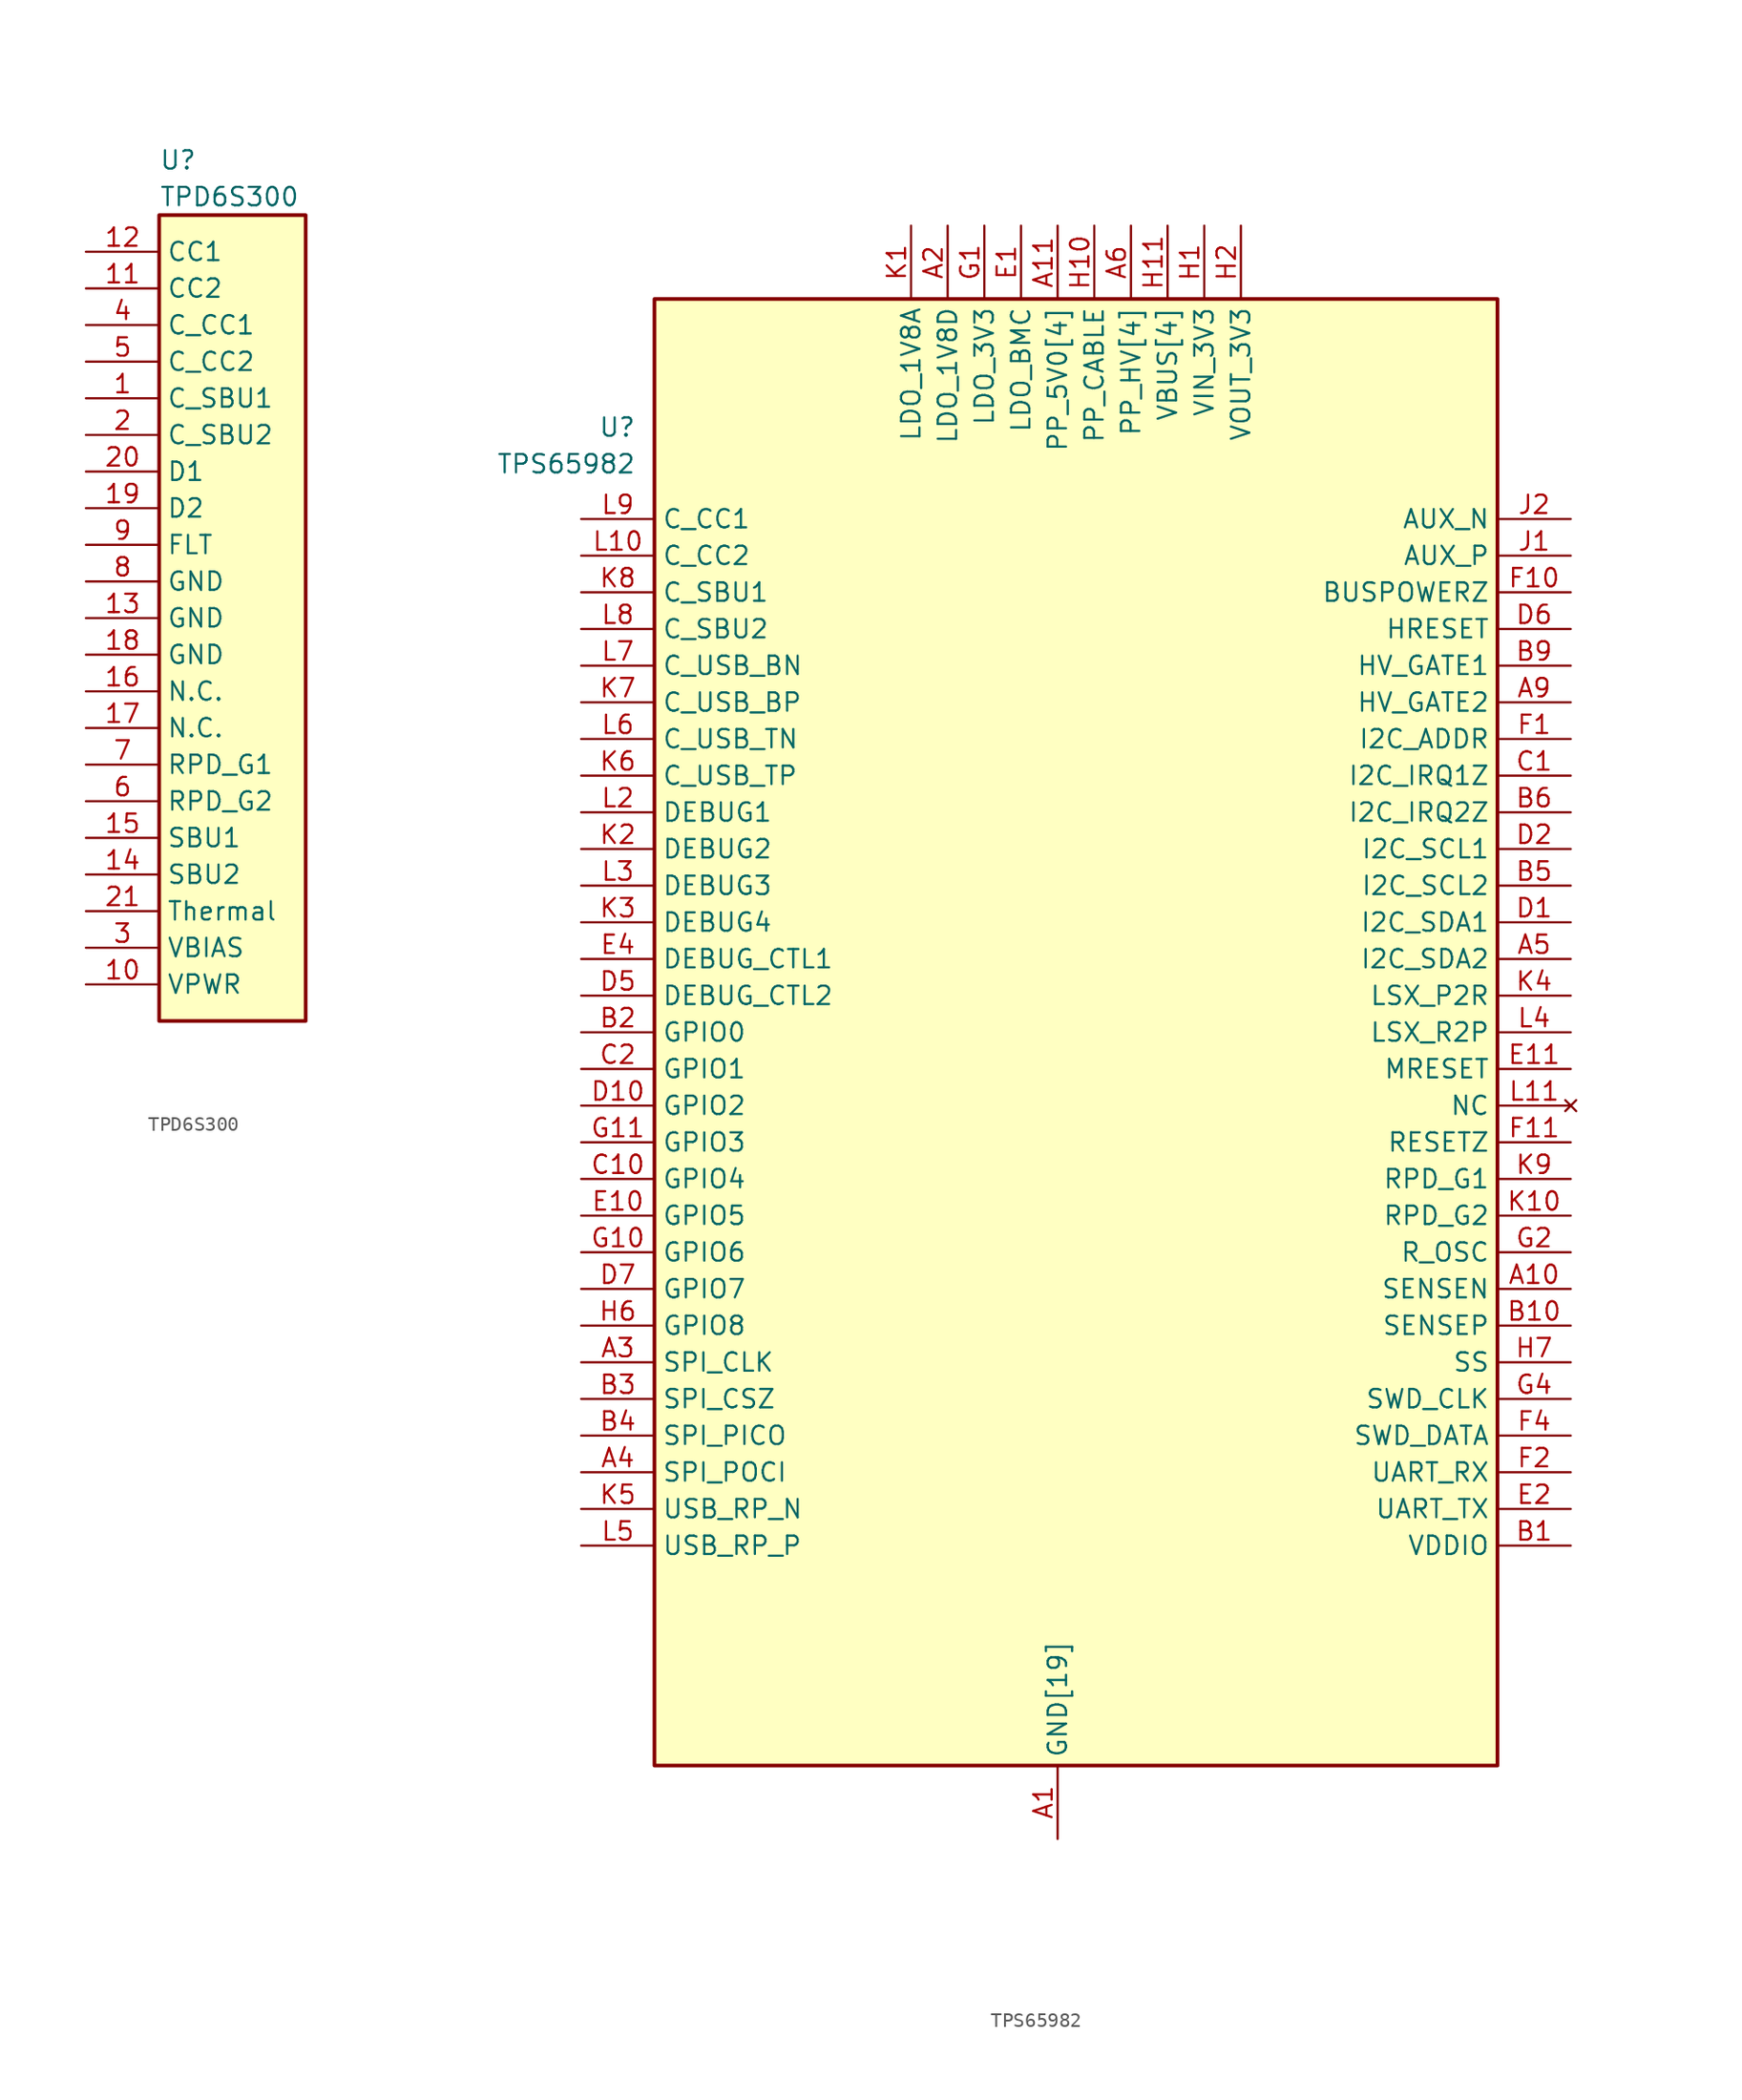
<source format=kicad_sym>
(kicad_symbol_lib
  (version 20211014)
  (generator kicad_symbol_editor)
  (symbol "﻿TPD6S300"
    (property "Reference" "U"
      (at 5.08 6.35 0)
      (effects (font (size 1.27 1.27)) (justify left)))
    (property "Value" "﻿TPD6S300"
      (at 5.08 3.81 0)
      (effects (font (size 1.27 1.27)) (justify left)))
    (property "ki_locked" ""
      (at 0 0 0)
      (effects (font (size 1.27 1.27))))
    (symbol "﻿TPD6S300_1_1"
      (rectangle (start 5.08 2.54) (end 15.24 -53.34) (stroke (width 0.254) (type default) (color 0 0 0 0)) (fill (type background)))
      (pin bidirectional line (at 0 -10.16 0) (length 5.08) (name "C_SBU1" (effects (font (size 1.27 1.27)))) (number "1" (effects (font (size 1.27 1.27)))))
      (pin bidirectional line (at 0 -50.8 0) (length 5.08) (name "VPWR" (effects (font (size 1.27 1.27)))) (number "10" (effects (font (size 1.27 1.27)))))
      (pin bidirectional line (at 0 -2.54 0) (length 5.08) (name "CC2" (effects (font (size 1.27 1.27)))) (number "11" (effects (font (size 1.27 1.27)))))
      (pin bidirectional line (at 0 0 0) (length 5.08) (name "CC1" (effects (font (size 1.27 1.27)))) (number "12" (effects (font (size 1.27 1.27)))))
      (pin bidirectional line (at 0 -25.4 0) (length 5.08) (name "GND" (effects (font (size 1.27 1.27)))) (number "13" (effects (font (size 1.27 1.27)))))
      (pin bidirectional line (at 0 -43.18 0) (length 5.08) (name "SBU2" (effects (font (size 1.27 1.27)))) (number "14" (effects (font (size 1.27 1.27)))))
      (pin bidirectional line (at 0 -40.64 0) (length 5.08) (name "SBU1" (effects (font (size 1.27 1.27)))) (number "15" (effects (font (size 1.27 1.27)))))
      (pin bidirectional line (at 0 -30.48 0) (length 5.08) (name "N.C." (effects (font (size 1.27 1.27)))) (number "16" (effects (font (size 1.27 1.27)))))
      (pin bidirectional line (at 0 -33.02 0) (length 5.08) (name "N.C." (effects (font (size 1.27 1.27)))) (number "17" (effects (font (size 1.27 1.27)))))
      (pin bidirectional line (at 0 -27.94 0) (length 5.08) (name "GND" (effects (font (size 1.27 1.27)))) (number "18" (effects (font (size 1.27 1.27)))))
      (pin bidirectional line (at 0 -17.78 0) (length 5.08) (name "D2" (effects (font (size 1.27 1.27)))) (number "19" (effects (font (size 1.27 1.27)))))
      (pin bidirectional line (at 0 -12.7 0) (length 5.08) (name "C_SBU2" (effects (font (size 1.27 1.27)))) (number "2" (effects (font (size 1.27 1.27)))))
      (pin bidirectional line (at 0 -15.24 0) (length 5.08) (name "D1" (effects (font (size 1.27 1.27)))) (number "20" (effects (font (size 1.27 1.27)))))
      (pin bidirectional line (at 0 -45.72 0) (length 5.08) (name "Thermal" (effects (font (size 1.27 1.27)))) (number "21" (effects (font (size 1.27 1.27)))))
      (pin bidirectional line (at 0 -48.26 0) (length 5.08) (name "VBIAS" (effects (font (size 1.27 1.27)))) (number "3" (effects (font (size 1.27 1.27)))))
      (pin bidirectional line (at 0 -5.08 0) (length 5.08) (name "C_CC1" (effects (font (size 1.27 1.27)))) (number "4" (effects (font (size 1.27 1.27)))))
      (pin bidirectional line (at 0 -7.62 0) (length 5.08) (name "C_CC2" (effects (font (size 1.27 1.27)))) (number "5" (effects (font (size 1.27 1.27)))))
      (pin bidirectional line (at 0 -38.1 0) (length 5.08) (name "RPD_G2" (effects (font (size 1.27 1.27)))) (number "6" (effects (font (size 1.27 1.27)))))
      (pin bidirectional line (at 0 -35.56 0) (length 5.08) (name "RPD_G1" (effects (font (size 1.27 1.27)))) (number "7" (effects (font (size 1.27 1.27)))))
      (pin bidirectional line (at 0 -22.86 0) (length 5.08) (name "GND" (effects (font (size 1.27 1.27)))) (number "8" (effects (font (size 1.27 1.27)))))
      (pin bidirectional line (at 0 -20.32 0) (length 5.08) (name "FLT" (effects (font (size 1.27 1.27)))) (number "9" (effects (font (size 1.27 1.27)))))))
  (symbol "﻿TPS65982"
    (property "Reference" "U"
      (at 3.81 6.35 0)
      (effects (font (size 1.27 1.27)) (justify right)))
    (property "Value" "﻿TPS65982"
      (at 3.81 3.81 0)
      (effects (font (size 1.27 1.27)) (justify right)))
    (property "ki_locked" ""
      (at 0 0 0)
      (effects (font (size 1.27 1.27))))
    (symbol "﻿TPS65982_1_1"
      (rectangle (start 5.08 15.24) (end 63.5 -86.36) (stroke (width 0.254) (type default) (color 0 0 0 0)) (fill (type background)))
      (pin power_in line (at 33.02 -91.44 90) (length 5.08) (name "GND[19]" (effects (font (size 1.27 1.27)))) (number "A1" (effects (font (size 1.27 1.27)))))
      (pin bidirectional line (at 68.58 -53.34 180) (length 5.08) (name "SENSEN" (effects (font (size 1.27 1.27)))) (number "A10" (effects (font (size 1.27 1.27)))))
      (pin power_in line (at 33.02 20.32 270) (length 5.08) (name "PP_5V0[4]" (effects (font (size 1.27 1.27)))) (number "A11" (effects (font (size 1.27 1.27)))))
      (pin power_in line (at 25.4 20.32 270) (length 5.08) (name "LDO_1V8D" (effects (font (size 1.27 1.27)))) (number "A2" (effects (font (size 1.27 1.27)))))
      (pin bidirectional line (at 0 -58.42 0) (length 5.08) (name "SPI_CLK" (effects (font (size 1.27 1.27)))) (number "A3" (effects (font (size 1.27 1.27)))))
      (pin bidirectional line (at 0 -66.04 0) (length 5.08) (name "SPI_POCI" (effects (font (size 1.27 1.27)))) (number "A4" (effects (font (size 1.27 1.27)))))
      (pin bidirectional line (at 68.58 -30.48 180) (length 5.08) (name "I2C_SDA2" (effects (font (size 1.27 1.27)))) (number "A5" (effects (font (size 1.27 1.27)))))
      (pin power_in line (at 38.1 20.32 270) (length 5.08) (name "PP_HV[4]" (effects (font (size 1.27 1.27)))) (number "A6" (effects (font (size 1.27 1.27)))))
      (pin passive line (at 38.1 20.32 270) (length 5.08) hide (name "PP_HV[4]" (effects (font (size 1.27 1.27)))) (number "A7" (effects (font (size 1.27 1.27)))))
      (pin passive line (at 38.1 20.32 270) (length 5.08) hide (name "PP_HV[4]" (effects (font (size 1.27 1.27)))) (number "A8" (effects (font (size 1.27 1.27)))))
      (pin bidirectional line (at 68.58 -12.7 180) (length 5.08) (name "HV_GATE2" (effects (font (size 1.27 1.27)))) (number "A9" (effects (font (size 1.27 1.27)))))
      (pin power_in line (at 68.58 -71.12 180) (length 5.08) (name "VDDIO" (effects (font (size 1.27 1.27)))) (number "B1" (effects (font (size 1.27 1.27)))))
      (pin bidirectional line (at 68.58 -55.88 180) (length 5.08) (name "SENSEP" (effects (font (size 1.27 1.27)))) (number "B10" (effects (font (size 1.27 1.27)))))
      (pin passive line (at 33.02 20.32 270) (length 5.08) hide (name "PP_5V0[4]" (effects (font (size 1.27 1.27)))) (number "B11" (effects (font (size 1.27 1.27)))))
      (pin bidirectional line (at 0 -35.56 0) (length 5.08) (name "GPIO0" (effects (font (size 1.27 1.27)))) (number "B2" (effects (font (size 1.27 1.27)))))
      (pin bidirectional line (at 0 -60.96 0) (length 5.08) (name "SPI_CSZ" (effects (font (size 1.27 1.27)))) (number "B3" (effects (font (size 1.27 1.27)))))
      (pin bidirectional line (at 0 -63.5 0) (length 5.08) (name "SPI_PICO" (effects (font (size 1.27 1.27)))) (number "B4" (effects (font (size 1.27 1.27)))))
      (pin bidirectional line (at 68.58 -25.4 180) (length 5.08) (name "I2C_SCL2" (effects (font (size 1.27 1.27)))) (number "B5" (effects (font (size 1.27 1.27)))))
      (pin bidirectional line (at 68.58 -20.32 180) (length 5.08) (name "I2C_IRQ2Z" (effects (font (size 1.27 1.27)))) (number "B6" (effects (font (size 1.27 1.27)))))
      (pin passive line (at 38.1 20.32 270) (length 5.08) hide (name "PP_HV[4]" (effects (font (size 1.27 1.27)))) (number "B7" (effects (font (size 1.27 1.27)))))
      (pin passive line (at 33.02 -91.44 90) (length 5.08) hide (name "GND[19]" (effects (font (size 1.27 1.27)))) (number "B8" (effects (font (size 1.27 1.27)))))
      (pin bidirectional line (at 68.58 -10.16 180) (length 5.08) (name "HV_GATE1" (effects (font (size 1.27 1.27)))) (number "B9" (effects (font (size 1.27 1.27)))))
      (pin bidirectional line (at 68.58 -17.78 180) (length 5.08) (name "I2C_IRQ1Z" (effects (font (size 1.27 1.27)))) (number "C1" (effects (font (size 1.27 1.27)))))
      (pin bidirectional line (at 0 -45.72 0) (length 5.08) (name "GPIO4" (effects (font (size 1.27 1.27)))) (number "C10" (effects (font (size 1.27 1.27)))))
      (pin passive line (at 33.02 20.32 270) (length 5.08) hide (name "PP_5V0[4]" (effects (font (size 1.27 1.27)))) (number "C11" (effects (font (size 1.27 1.27)))))
      (pin bidirectional line (at 0 -38.1 0) (length 5.08) (name "GPIO1" (effects (font (size 1.27 1.27)))) (number "C2" (effects (font (size 1.27 1.27)))))
      (pin bidirectional line (at 68.58 -27.94 180) (length 5.08) (name "I2C_SDA1" (effects (font (size 1.27 1.27)))) (number "D1" (effects (font (size 1.27 1.27)))))
      (pin bidirectional line (at 0 -40.64 0) (length 5.08) (name "GPIO2" (effects (font (size 1.27 1.27)))) (number "D10" (effects (font (size 1.27 1.27)))))
      (pin passive line (at 33.02 20.32 270) (length 5.08) hide (name "PP_5V0[4]" (effects (font (size 1.27 1.27)))) (number "D11" (effects (font (size 1.27 1.27)))))
      (pin bidirectional line (at 68.58 -22.86 180) (length 5.08) (name "I2C_SCL1" (effects (font (size 1.27 1.27)))) (number "D2" (effects (font (size 1.27 1.27)))))
      (pin bidirectional line (at 0 -33.02 0) (length 5.08) (name "DEBUG_CTL2" (effects (font (size 1.27 1.27)))) (number "D5" (effects (font (size 1.27 1.27)))))
      (pin bidirectional line (at 68.58 -7.62 180) (length 5.08) (name "HRESET" (effects (font (size 1.27 1.27)))) (number "D6" (effects (font (size 1.27 1.27)))))
      (pin bidirectional line (at 0 -53.34 0) (length 5.08) (name "GPIO7" (effects (font (size 1.27 1.27)))) (number "D7" (effects (font (size 1.27 1.27)))))
      (pin passive line (at 33.02 -91.44 90) (length 5.08) hide (name "GND[19]" (effects (font (size 1.27 1.27)))) (number "D8" (effects (font (size 1.27 1.27)))))
      (pin power_in line (at 30.48 20.32 270) (length 5.08) (name "LDO_BMC" (effects (font (size 1.27 1.27)))) (number "E1" (effects (font (size 1.27 1.27)))))
      (pin bidirectional line (at 0 -48.26 0) (length 5.08) (name "GPIO5" (effects (font (size 1.27 1.27)))) (number "E10" (effects (font (size 1.27 1.27)))))
      (pin bidirectional line (at 68.58 -38.1 180) (length 5.08) (name "MRESET" (effects (font (size 1.27 1.27)))) (number "E11" (effects (font (size 1.27 1.27)))))
      (pin bidirectional line (at 68.58 -68.58 180) (length 5.08) (name "UART_TX" (effects (font (size 1.27 1.27)))) (number "E2" (effects (font (size 1.27 1.27)))))
      (pin bidirectional line (at 0 -30.48 0) (length 5.08) (name "DEBUG_CTL1" (effects (font (size 1.27 1.27)))) (number "E4" (effects (font (size 1.27 1.27)))))
      (pin passive line (at 33.02 -91.44 90) (length 5.08) hide (name "GND[19]" (effects (font (size 1.27 1.27)))) (number "E5" (effects (font (size 1.27 1.27)))))
      (pin passive line (at 33.02 -91.44 90) (length 5.08) hide (name "GND[19]" (effects (font (size 1.27 1.27)))) (number "E6" (effects (font (size 1.27 1.27)))))
      (pin passive line (at 33.02 -91.44 90) (length 5.08) hide (name "GND[19]" (effects (font (size 1.27 1.27)))) (number "E7" (effects (font (size 1.27 1.27)))))
      (pin passive line (at 33.02 -91.44 90) (length 5.08) hide (name "GND[19]" (effects (font (size 1.27 1.27)))) (number "E8" (effects (font (size 1.27 1.27)))))
      (pin bidirectional line (at 68.58 -15.24 180) (length 5.08) (name "I2C_ADDR" (effects (font (size 1.27 1.27)))) (number "F1" (effects (font (size 1.27 1.27)))))
      (pin bidirectional line (at 68.58 -5.08 180) (length 5.08) (name "BUSPOWERZ" (effects (font (size 1.27 1.27)))) (number "F10" (effects (font (size 1.27 1.27)))))
      (pin bidirectional line (at 68.58 -43.18 180) (length 5.08) (name "RESETZ" (effects (font (size 1.27 1.27)))) (number "F11" (effects (font (size 1.27 1.27)))))
      (pin bidirectional line (at 68.58 -66.04 180) (length 5.08) (name "UART_RX" (effects (font (size 1.27 1.27)))) (number "F2" (effects (font (size 1.27 1.27)))))
      (pin bidirectional line (at 68.58 -63.5 180) (length 5.08) (name "SWD_DATA" (effects (font (size 1.27 1.27)))) (number "F4" (effects (font (size 1.27 1.27)))))
      (pin passive line (at 33.02 -91.44 90) (length 5.08) hide (name "GND[19]" (effects (font (size 1.27 1.27)))) (number "F5" (effects (font (size 1.27 1.27)))))
      (pin passive line (at 33.02 -91.44 90) (length 5.08) hide (name "GND[19]" (effects (font (size 1.27 1.27)))) (number "F6" (effects (font (size 1.27 1.27)))))
      (pin passive line (at 33.02 -91.44 90) (length 5.08) hide (name "GND[19]" (effects (font (size 1.27 1.27)))) (number "F7" (effects (font (size 1.27 1.27)))))
      (pin passive line (at 33.02 -91.44 90) (length 5.08) hide (name "GND[19]" (effects (font (size 1.27 1.27)))) (number "F8" (effects (font (size 1.27 1.27)))))
      (pin power_in line (at 27.94 20.32 270) (length 5.08) (name "LDO_3V3" (effects (font (size 1.27 1.27)))) (number "G1" (effects (font (size 1.27 1.27)))))
      (pin bidirectional line (at 0 -50.8 0) (length 5.08) (name "GPIO6" (effects (font (size 1.27 1.27)))) (number "G10" (effects (font (size 1.27 1.27)))))
      (pin bidirectional line (at 0 -43.18 0) (length 5.08) (name "GPIO3" (effects (font (size 1.27 1.27)))) (number "G11" (effects (font (size 1.27 1.27)))))
      (pin bidirectional line (at 68.58 -50.8 180) (length 5.08) (name "R_OSC" (effects (font (size 1.27 1.27)))) (number "G2" (effects (font (size 1.27 1.27)))))
      (pin bidirectional line (at 68.58 -60.96 180) (length 5.08) (name "SWD_CLK" (effects (font (size 1.27 1.27)))) (number "G4" (effects (font (size 1.27 1.27)))))
      (pin passive line (at 33.02 -91.44 90) (length 5.08) hide (name "GND[19]" (effects (font (size 1.27 1.27)))) (number "G5" (effects (font (size 1.27 1.27)))))
      (pin passive line (at 33.02 -91.44 90) (length 5.08) hide (name "GND[19]" (effects (font (size 1.27 1.27)))) (number "G6" (effects (font (size 1.27 1.27)))))
      (pin passive line (at 33.02 -91.44 90) (length 5.08) hide (name "GND[19]" (effects (font (size 1.27 1.27)))) (number "G7" (effects (font (size 1.27 1.27)))))
      (pin passive line (at 33.02 -91.44 90) (length 5.08) hide (name "GND[19]" (effects (font (size 1.27 1.27)))) (number "G8" (effects (font (size 1.27 1.27)))))
      (pin power_in line (at 43.18 20.32 270) (length 5.08) (name "VIN_3V3" (effects (font (size 1.27 1.27)))) (number "H1" (effects (font (size 1.27 1.27)))))
      (pin power_in line (at 35.56 20.32 270) (length 5.08) (name "PP_CABLE" (effects (font (size 1.27 1.27)))) (number "H10" (effects (font (size 1.27 1.27)))))
      (pin power_in line (at 40.64 20.32 270) (length 5.08) (name "VBUS[4]" (effects (font (size 1.27 1.27)))) (number "H11" (effects (font (size 1.27 1.27)))))
      (pin power_in line (at 45.72 20.32 270) (length 5.08) (name "VOUT_3V3" (effects (font (size 1.27 1.27)))) (number "H2" (effects (font (size 1.27 1.27)))))
      (pin passive line (at 33.02 -91.44 90) (length 5.08) hide (name "GND[19]" (effects (font (size 1.27 1.27)))) (number "H4" (effects (font (size 1.27 1.27)))))
      (pin passive line (at 33.02 -91.44 90) (length 5.08) hide (name "GND[19]" (effects (font (size 1.27 1.27)))) (number "H5" (effects (font (size 1.27 1.27)))))
      (pin bidirectional line (at 0 -55.88 0) (length 5.08) (name "GPIO8" (effects (font (size 1.27 1.27)))) (number "H6" (effects (font (size 1.27 1.27)))))
      (pin bidirectional line (at 68.58 -58.42 180) (length 5.08) (name "SS" (effects (font (size 1.27 1.27)))) (number "H7" (effects (font (size 1.27 1.27)))))
      (pin passive line (at 33.02 -91.44 90) (length 5.08) hide (name "GND[19]" (effects (font (size 1.27 1.27)))) (number "H8" (effects (font (size 1.27 1.27)))))
      (pin bidirectional line (at 68.58 -2.54 180) (length 5.08) (name "AUX_P" (effects (font (size 1.27 1.27)))) (number "J1" (effects (font (size 1.27 1.27)))))
      (pin passive line (at 40.64 20.32 270) (length 5.08) hide (name "VBUS[4]" (effects (font (size 1.27 1.27)))) (number "J10" (effects (font (size 1.27 1.27)))))
      (pin passive line (at 40.64 20.32 270) (length 5.08) hide (name "VBUS[4]" (effects (font (size 1.27 1.27)))) (number "J11" (effects (font (size 1.27 1.27)))))
      (pin bidirectional line (at 68.58 0 180) (length 5.08) (name "AUX_N" (effects (font (size 1.27 1.27)))) (number "J2" (effects (font (size 1.27 1.27)))))
      (pin power_in line (at 22.86 20.32 270) (length 5.08) (name "LDO_1V8A" (effects (font (size 1.27 1.27)))) (number "K1" (effects (font (size 1.27 1.27)))))
      (pin bidirectional line (at 68.58 -48.26 180) (length 5.08) (name "RPD_G2" (effects (font (size 1.27 1.27)))) (number "K10" (effects (font (size 1.27 1.27)))))
      (pin passive line (at 40.64 20.32 270) (length 5.08) hide (name "VBUS[4]" (effects (font (size 1.27 1.27)))) (number "K11" (effects (font (size 1.27 1.27)))))
      (pin bidirectional line (at 0 -22.86 0) (length 5.08) (name "DEBUG2" (effects (font (size 1.27 1.27)))) (number "K2" (effects (font (size 1.27 1.27)))))
      (pin bidirectional line (at 0 -27.94 0) (length 5.08) (name "DEBUG4" (effects (font (size 1.27 1.27)))) (number "K3" (effects (font (size 1.27 1.27)))))
      (pin bidirectional line (at 68.58 -33.02 180) (length 5.08) (name "LSX_P2R" (effects (font (size 1.27 1.27)))) (number "K4" (effects (font (size 1.27 1.27)))))
      (pin bidirectional line (at 0 -68.58 0) (length 5.08) (name "USB_RP_N" (effects (font (size 1.27 1.27)))) (number "K5" (effects (font (size 1.27 1.27)))))
      (pin bidirectional line (at 0 -17.78 0) (length 5.08) (name "C_USB_TP" (effects (font (size 1.27 1.27)))) (number "K6" (effects (font (size 1.27 1.27)))))
      (pin bidirectional line (at 0 -12.7 0) (length 5.08) (name "C_USB_BP" (effects (font (size 1.27 1.27)))) (number "K7" (effects (font (size 1.27 1.27)))))
      (pin bidirectional line (at 0 -5.08 0) (length 5.08) (name "C_SBU1" (effects (font (size 1.27 1.27)))) (number "K8" (effects (font (size 1.27 1.27)))))
      (pin bidirectional line (at 68.58 -45.72 180) (length 5.08) (name "RPD_G1" (effects (font (size 1.27 1.27)))) (number "K9" (effects (font (size 1.27 1.27)))))
      (pin passive line (at 33.02 -91.44 90) (length 5.08) hide (name "GND[19]" (effects (font (size 1.27 1.27)))) (number "L1" (effects (font (size 1.27 1.27)))))
      (pin bidirectional line (at 0 -2.54 0) (length 5.08) (name "C_CC2" (effects (font (size 1.27 1.27)))) (number "L10" (effects (font (size 1.27 1.27)))))
      (pin no_connect line (at 68.58 -40.64 180) (length 5.08) (name "NC" (effects (font (size 1.27 1.27)))) (number "L11" (effects (font (size 1.27 1.27)))))
      (pin bidirectional line (at 0 -20.32 0) (length 5.08) (name "DEBUG1" (effects (font (size 1.27 1.27)))) (number "L2" (effects (font (size 1.27 1.27)))))
      (pin bidirectional line (at 0 -25.4 0) (length 5.08) (name "DEBUG3" (effects (font (size 1.27 1.27)))) (number "L3" (effects (font (size 1.27 1.27)))))
      (pin bidirectional line (at 68.58 -35.56 180) (length 5.08) (name "LSX_R2P" (effects (font (size 1.27 1.27)))) (number "L4" (effects (font (size 1.27 1.27)))))
      (pin bidirectional line (at 0 -71.12 0) (length 5.08) (name "USB_RP_P" (effects (font (size 1.27 1.27)))) (number "L5" (effects (font (size 1.27 1.27)))))
      (pin bidirectional line (at 0 -15.24 0) (length 5.08) (name "C_USB_TN" (effects (font (size 1.27 1.27)))) (number "L6" (effects (font (size 1.27 1.27)))))
      (pin bidirectional line (at 0 -10.16 0) (length 5.08) (name "C_USB_BN" (effects (font (size 1.27 1.27)))) (number "L7" (effects (font (size 1.27 1.27)))))
      (pin bidirectional line (at 0 -7.62 0) (length 5.08) (name "C_SBU2" (effects (font (size 1.27 1.27)))) (number "L8" (effects (font (size 1.27 1.27)))))
      (pin bidirectional line (at 0 0 0) (length 5.08) (name "C_CC1" (effects (font (size 1.27 1.27)))) (number "L9" (effects (font (size 1.27 1.27))))))))
</source>
